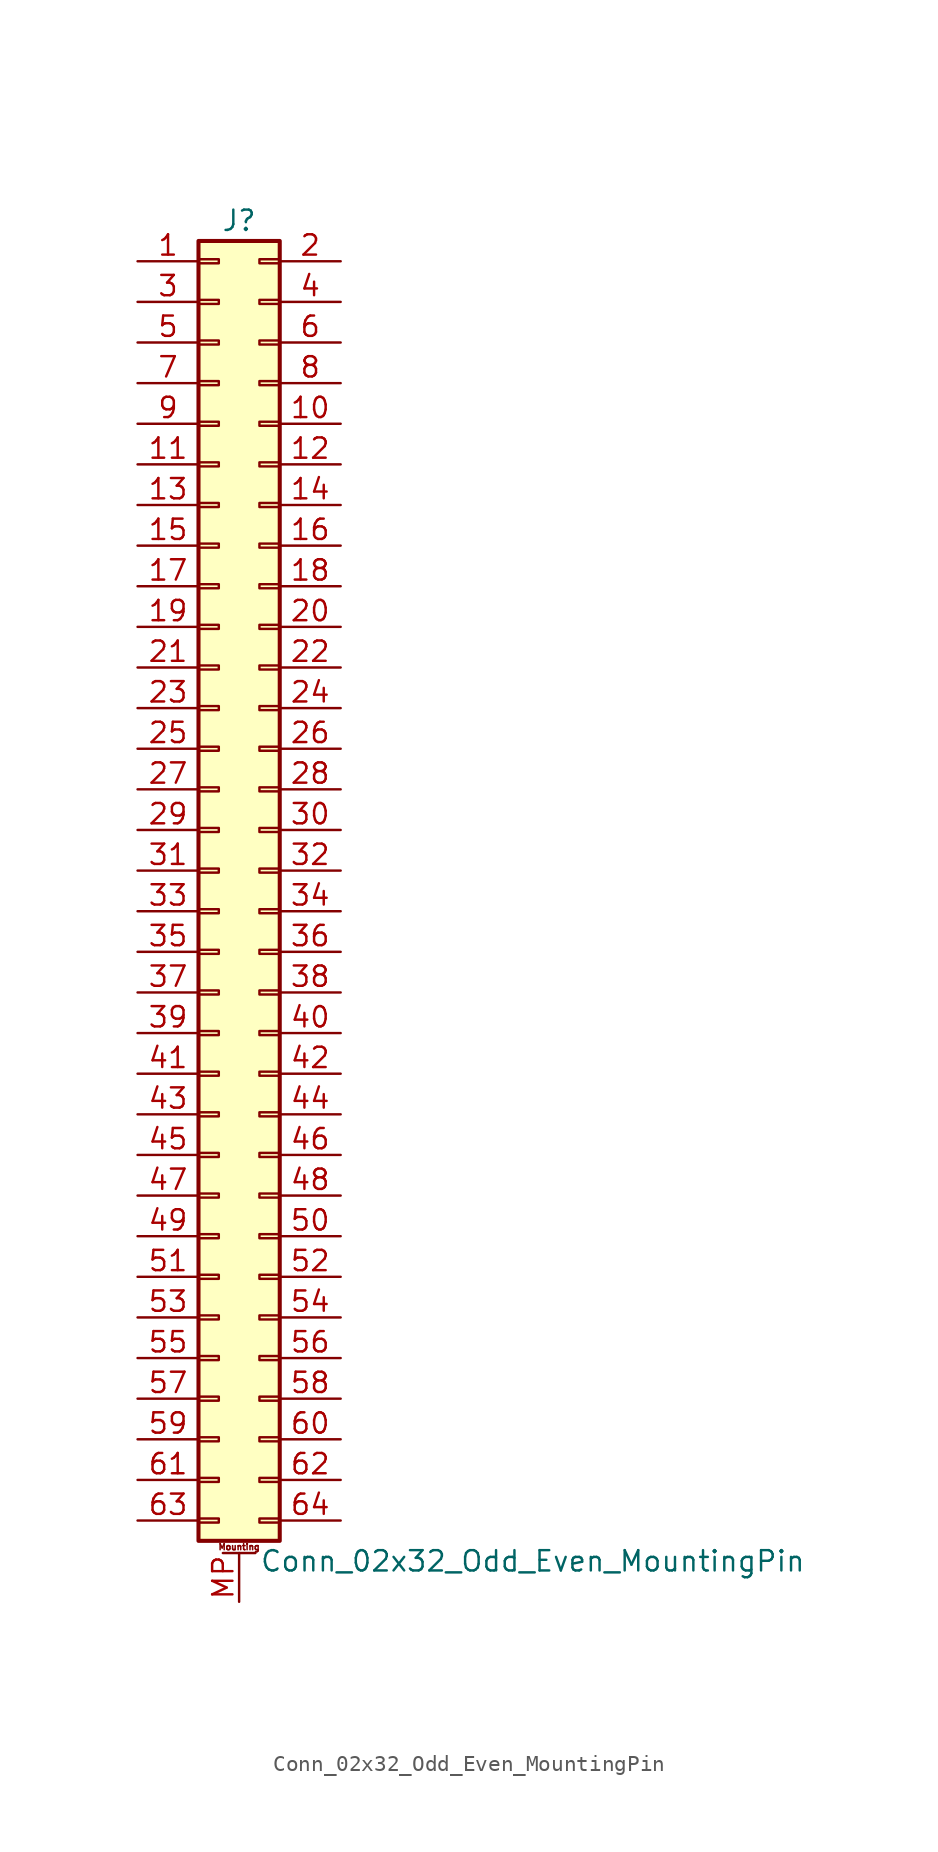
<source format=kicad_sym>
(kicad_symbol_lib
  (version 20201005)
  (generator kicad_symbol_editor)
  (symbol "Conn_02x32_Odd_Even_MountingPin"
    (pin_names
      (offset 1.016) hide)
    (property "Reference" "J"
      (at 1.27 40.64 0)
      (effects (font (size 1.27 1.27))))
    (property "Value" "Conn_02x32_Odd_Even_MountingPin"
      (at 2.54 -43.18 0)
      (effects (font (size 1.27 1.27)) (justify left)))
    (symbol "Conn_02x32_Odd_Even_MountingPin_1_1"
      (text "Mounting" (at 1.27 -42.291 0) (effects (font (size 0.381 0.381))))
      (rectangle (start -1.27 -40.513) (end 0 -40.767) (stroke (width 0.152)) (fill (type none)))
      (rectangle (start -1.27 -37.973) (end 0 -38.227) (stroke (width 0.152)) (fill (type none)))
      (rectangle (start -1.27 -35.433) (end 0 -35.687) (stroke (width 0.152)) (fill (type none)))
      (rectangle (start -1.27 -32.893) (end 0 -33.147) (stroke (width 0.152)) (fill (type none)))
      (rectangle (start -1.27 -30.353) (end 0 -30.607) (stroke (width 0.152)) (fill (type none)))
      (rectangle (start -1.27 -27.813) (end 0 -28.067) (stroke (width 0.152)) (fill (type none)))
      (rectangle (start -1.27 -25.273) (end 0 -25.527) (stroke (width 0.152)) (fill (type none)))
      (rectangle (start -1.27 -22.733) (end 0 -22.987) (stroke (width 0.152)) (fill (type none)))
      (rectangle (start -1.27 -20.193) (end 0 -20.447) (stroke (width 0.152)) (fill (type none)))
      (rectangle (start -1.27 -17.653) (end 0 -17.907) (stroke (width 0.152)) (fill (type none)))
      (rectangle (start -1.27 -15.113) (end 0 -15.367) (stroke (width 0.152)) (fill (type none)))
      (rectangle (start -1.27 -12.573) (end 0 -12.827) (stroke (width 0.152)) (fill (type none)))
      (rectangle (start -1.27 -10.033) (end 0 -10.287) (stroke (width 0.152)) (fill (type none)))
      (rectangle (start -1.27 -7.493) (end 0 -7.747) (stroke (width 0.152)) (fill (type none)))
      (rectangle (start -1.27 -4.953) (end 0 -5.207) (stroke (width 0.152)) (fill (type none)))
      (rectangle (start -1.27 -2.413) (end 0 -2.667) (stroke (width 0.152)) (fill (type none)))
      (rectangle (start -1.27 0.127) (end 0 -0.127) (stroke (width 0.152)) (fill (type none)))
      (rectangle (start -1.27 2.667) (end 0 2.413) (stroke (width 0.152)) (fill (type none)))
      (rectangle (start -1.27 5.207) (end 0 4.953) (stroke (width 0.152)) (fill (type none)))
      (rectangle (start -1.27 7.747) (end 0 7.493) (stroke (width 0.152)) (fill (type none)))
      (rectangle (start -1.27 10.287) (end 0 10.033) (stroke (width 0.152)) (fill (type none)))
      (rectangle (start -1.27 12.827) (end 0 12.573) (stroke (width 0.152)) (fill (type none)))
      (rectangle (start -1.27 15.367) (end 0 15.113) (stroke (width 0.152)) (fill (type none)))
      (rectangle (start -1.27 17.907) (end 0 17.653) (stroke (width 0.152)) (fill (type none)))
      (rectangle (start -1.27 20.447) (end 0 20.193) (stroke (width 0.152)) (fill (type none)))
      (rectangle (start -1.27 22.987) (end 0 22.733) (stroke (width 0.152)) (fill (type none)))
      (rectangle (start -1.27 25.527) (end 0 25.273) (stroke (width 0.152)) (fill (type none)))
      (rectangle (start -1.27 28.067) (end 0 27.813) (stroke (width 0.152)) (fill (type none)))
      (rectangle (start -1.27 30.607) (end 0 30.353) (stroke (width 0.152)) (fill (type none)))
      (rectangle (start -1.27 33.147) (end 0 32.893) (stroke (width 0.152)) (fill (type none)))
      (rectangle (start -1.27 35.687) (end 0 35.433) (stroke (width 0.152)) (fill (type none)))
      (rectangle (start -1.27 38.227) (end 0 37.973) (stroke (width 0.152)) (fill (type none)))
      (rectangle (start -1.27 39.37) (end 3.81 -41.91) (stroke (width 0.254)) (fill (type background)))
      (rectangle (start 3.81 -40.513) (end 2.54 -40.767) (stroke (width 0.152)) (fill (type none)))
      (rectangle (start 3.81 -37.973) (end 2.54 -38.227) (stroke (width 0.152)) (fill (type none)))
      (rectangle (start 3.81 -35.433) (end 2.54 -35.687) (stroke (width 0.152)) (fill (type none)))
      (rectangle (start 3.81 -32.893) (end 2.54 -33.147) (stroke (width 0.152)) (fill (type none)))
      (rectangle (start 3.81 -30.353) (end 2.54 -30.607) (stroke (width 0.152)) (fill (type none)))
      (rectangle (start 3.81 -27.813) (end 2.54 -28.067) (stroke (width 0.152)) (fill (type none)))
      (rectangle (start 3.81 -25.273) (end 2.54 -25.527) (stroke (width 0.152)) (fill (type none)))
      (rectangle (start 3.81 -22.733) (end 2.54 -22.987) (stroke (width 0.152)) (fill (type none)))
      (rectangle (start 3.81 -20.193) (end 2.54 -20.447) (stroke (width 0.152)) (fill (type none)))
      (rectangle (start 3.81 -17.653) (end 2.54 -17.907) (stroke (width 0.152)) (fill (type none)))
      (rectangle (start 3.81 -15.113) (end 2.54 -15.367) (stroke (width 0.152)) (fill (type none)))
      (rectangle (start 3.81 -12.573) (end 2.54 -12.827) (stroke (width 0.152)) (fill (type none)))
      (rectangle (start 3.81 -10.033) (end 2.54 -10.287) (stroke (width 0.152)) (fill (type none)))
      (rectangle (start 3.81 -7.493) (end 2.54 -7.747) (stroke (width 0.152)) (fill (type none)))
      (rectangle (start 3.81 -4.953) (end 2.54 -5.207) (stroke (width 0.152)) (fill (type none)))
      (rectangle (start 3.81 -2.413) (end 2.54 -2.667) (stroke (width 0.152)) (fill (type none)))
      (rectangle (start 3.81 0.127) (end 2.54 -0.127) (stroke (width 0.152)) (fill (type none)))
      (rectangle (start 3.81 2.667) (end 2.54 2.413) (stroke (width 0.152)) (fill (type none)))
      (rectangle (start 3.81 5.207) (end 2.54 4.953) (stroke (width 0.152)) (fill (type none)))
      (rectangle (start 3.81 7.747) (end 2.54 7.493) (stroke (width 0.152)) (fill (type none)))
      (rectangle (start 3.81 10.287) (end 2.54 10.033) (stroke (width 0.152)) (fill (type none)))
      (rectangle (start 3.81 12.827) (end 2.54 12.573) (stroke (width 0.152)) (fill (type none)))
      (rectangle (start 3.81 15.367) (end 2.54 15.113) (stroke (width 0.152)) (fill (type none)))
      (rectangle (start 3.81 17.907) (end 2.54 17.653) (stroke (width 0.152)) (fill (type none)))
      (rectangle (start 3.81 20.447) (end 2.54 20.193) (stroke (width 0.152)) (fill (type none)))
      (rectangle (start 3.81 22.987) (end 2.54 22.733) (stroke (width 0.152)) (fill (type none)))
      (rectangle (start 3.81 25.527) (end 2.54 25.273) (stroke (width 0.152)) (fill (type none)))
      (rectangle (start 3.81 28.067) (end 2.54 27.813) (stroke (width 0.152)) (fill (type none)))
      (rectangle (start 3.81 30.607) (end 2.54 30.353) (stroke (width 0.152)) (fill (type none)))
      (rectangle (start 3.81 33.147) (end 2.54 32.893) (stroke (width 0.152)) (fill (type none)))
      (rectangle (start 3.81 35.687) (end 2.54 35.433) (stroke (width 0.152)) (fill (type none)))
      (rectangle (start 3.81 38.227) (end 2.54 37.973) (stroke (width 0.152)) (fill (type none)))
      (polyline (pts (xy 0.254 -42.672) (xy 2.286 -42.672)) (stroke (width 0.152)) (fill (type none)))
      (pin passive line (at -5.08 38.1 0) (length 3.81) (name "Pin_1" (effects (font (size 1.27 1.27)))) (number "1" (effects (font (size 1.27 1.27)))))
      (pin passive line (at 7.62 27.94 180) (length 3.81) (name "Pin_10" (effects (font (size 1.27 1.27)))) (number "10" (effects (font (size 1.27 1.27)))))
      (pin passive line (at -5.08 25.4 0) (length 3.81) (name "Pin_11" (effects (font (size 1.27 1.27)))) (number "11" (effects (font (size 1.27 1.27)))))
      (pin passive line (at 7.62 25.4 180) (length 3.81) (name "Pin_12" (effects (font (size 1.27 1.27)))) (number "12" (effects (font (size 1.27 1.27)))))
      (pin passive line (at -5.08 22.86 0) (length 3.81) (name "Pin_13" (effects (font (size 1.27 1.27)))) (number "13" (effects (font (size 1.27 1.27)))))
      (pin passive line (at 7.62 22.86 180) (length 3.81) (name "Pin_14" (effects (font (size 1.27 1.27)))) (number "14" (effects (font (size 1.27 1.27)))))
      (pin passive line (at -5.08 20.32 0) (length 3.81) (name "Pin_15" (effects (font (size 1.27 1.27)))) (number "15" (effects (font (size 1.27 1.27)))))
      (pin passive line (at 7.62 20.32 180) (length 3.81) (name "Pin_16" (effects (font (size 1.27 1.27)))) (number "16" (effects (font (size 1.27 1.27)))))
      (pin passive line (at -5.08 17.78 0) (length 3.81) (name "Pin_17" (effects (font (size 1.27 1.27)))) (number "17" (effects (font (size 1.27 1.27)))))
      (pin passive line (at 7.62 17.78 180) (length 3.81) (name "Pin_18" (effects (font (size 1.27 1.27)))) (number "18" (effects (font (size 1.27 1.27)))))
      (pin passive line (at -5.08 15.24 0) (length 3.81) (name "Pin_19" (effects (font (size 1.27 1.27)))) (number "19" (effects (font (size 1.27 1.27)))))
      (pin passive line (at 7.62 38.1 180) (length 3.81) (name "Pin_2" (effects (font (size 1.27 1.27)))) (number "2" (effects (font (size 1.27 1.27)))))
      (pin passive line (at 7.62 15.24 180) (length 3.81) (name "Pin_20" (effects (font (size 1.27 1.27)))) (number "20" (effects (font (size 1.27 1.27)))))
      (pin passive line (at -5.08 12.7 0) (length 3.81) (name "Pin_21" (effects (font (size 1.27 1.27)))) (number "21" (effects (font (size 1.27 1.27)))))
      (pin passive line (at 7.62 12.7 180) (length 3.81) (name "Pin_22" (effects (font (size 1.27 1.27)))) (number "22" (effects (font (size 1.27 1.27)))))
      (pin passive line (at -5.08 10.16 0) (length 3.81) (name "Pin_23" (effects (font (size 1.27 1.27)))) (number "23" (effects (font (size 1.27 1.27)))))
      (pin passive line (at 7.62 10.16 180) (length 3.81) (name "Pin_24" (effects (font (size 1.27 1.27)))) (number "24" (effects (font (size 1.27 1.27)))))
      (pin passive line (at -5.08 7.62 0) (length 3.81) (name "Pin_25" (effects (font (size 1.27 1.27)))) (number "25" (effects (font (size 1.27 1.27)))))
      (pin passive line (at 7.62 7.62 180) (length 3.81) (name "Pin_26" (effects (font (size 1.27 1.27)))) (number "26" (effects (font (size 1.27 1.27)))))
      (pin passive line (at -5.08 5.08 0) (length 3.81) (name "Pin_27" (effects (font (size 1.27 1.27)))) (number "27" (effects (font (size 1.27 1.27)))))
      (pin passive line (at 7.62 5.08 180) (length 3.81) (name "Pin_28" (effects (font (size 1.27 1.27)))) (number "28" (effects (font (size 1.27 1.27)))))
      (pin passive line (at -5.08 2.54 0) (length 3.81) (name "Pin_29" (effects (font (size 1.27 1.27)))) (number "29" (effects (font (size 1.27 1.27)))))
      (pin passive line (at -5.08 35.56 0) (length 3.81) (name "Pin_3" (effects (font (size 1.27 1.27)))) (number "3" (effects (font (size 1.27 1.27)))))
      (pin passive line (at 7.62 2.54 180) (length 3.81) (name "Pin_30" (effects (font (size 1.27 1.27)))) (number "30" (effects (font (size 1.27 1.27)))))
      (pin passive line (at -5.08 0 0) (length 3.81) (name "Pin_31" (effects (font (size 1.27 1.27)))) (number "31" (effects (font (size 1.27 1.27)))))
      (pin passive line (at 7.62 0 180) (length 3.81) (name "Pin_32" (effects (font (size 1.27 1.27)))) (number "32" (effects (font (size 1.27 1.27)))))
      (pin passive line (at -5.08 -2.54 0) (length 3.81) (name "Pin_33" (effects (font (size 1.27 1.27)))) (number "33" (effects (font (size 1.27 1.27)))))
      (pin passive line (at 7.62 -2.54 180) (length 3.81) (name "Pin_34" (effects (font (size 1.27 1.27)))) (number "34" (effects (font (size 1.27 1.27)))))
      (pin passive line (at -5.08 -5.08 0) (length 3.81) (name "Pin_35" (effects (font (size 1.27 1.27)))) (number "35" (effects (font (size 1.27 1.27)))))
      (pin passive line (at 7.62 -5.08 180) (length 3.81) (name "Pin_36" (effects (font (size 1.27 1.27)))) (number "36" (effects (font (size 1.27 1.27)))))
      (pin passive line (at -5.08 -7.62 0) (length 3.81) (name "Pin_37" (effects (font (size 1.27 1.27)))) (number "37" (effects (font (size 1.27 1.27)))))
      (pin passive line (at 7.62 -7.62 180) (length 3.81) (name "Pin_38" (effects (font (size 1.27 1.27)))) (number "38" (effects (font (size 1.27 1.27)))))
      (pin passive line (at -5.08 -10.16 0) (length 3.81) (name "Pin_39" (effects (font (size 1.27 1.27)))) (number "39" (effects (font (size 1.27 1.27)))))
      (pin passive line (at 7.62 35.56 180) (length 3.81) (name "Pin_4" (effects (font (size 1.27 1.27)))) (number "4" (effects (font (size 1.27 1.27)))))
      (pin passive line (at 7.62 -10.16 180) (length 3.81) (name "Pin_40" (effects (font (size 1.27 1.27)))) (number "40" (effects (font (size 1.27 1.27)))))
      (pin passive line (at -5.08 -12.7 0) (length 3.81) (name "Pin_41" (effects (font (size 1.27 1.27)))) (number "41" (effects (font (size 1.27 1.27)))))
      (pin passive line (at 7.62 -12.7 180) (length 3.81) (name "Pin_42" (effects (font (size 1.27 1.27)))) (number "42" (effects (font (size 1.27 1.27)))))
      (pin passive line (at -5.08 -15.24 0) (length 3.81) (name "Pin_43" (effects (font (size 1.27 1.27)))) (number "43" (effects (font (size 1.27 1.27)))))
      (pin passive line (at 7.62 -15.24 180) (length 3.81) (name "Pin_44" (effects (font (size 1.27 1.27)))) (number "44" (effects (font (size 1.27 1.27)))))
      (pin passive line (at -5.08 -17.78 0) (length 3.81) (name "Pin_45" (effects (font (size 1.27 1.27)))) (number "45" (effects (font (size 1.27 1.27)))))
      (pin passive line (at 7.62 -17.78 180) (length 3.81) (name "Pin_46" (effects (font (size 1.27 1.27)))) (number "46" (effects (font (size 1.27 1.27)))))
      (pin passive line (at -5.08 -20.32 0) (length 3.81) (name "Pin_47" (effects (font (size 1.27 1.27)))) (number "47" (effects (font (size 1.27 1.27)))))
      (pin passive line (at 7.62 -20.32 180) (length 3.81) (name "Pin_48" (effects (font (size 1.27 1.27)))) (number "48" (effects (font (size 1.27 1.27)))))
      (pin passive line (at -5.08 -22.86 0) (length 3.81) (name "Pin_49" (effects (font (size 1.27 1.27)))) (number "49" (effects (font (size 1.27 1.27)))))
      (pin passive line (at -5.08 33.02 0) (length 3.81) (name "Pin_5" (effects (font (size 1.27 1.27)))) (number "5" (effects (font (size 1.27 1.27)))))
      (pin passive line (at 7.62 -22.86 180) (length 3.81) (name "Pin_50" (effects (font (size 1.27 1.27)))) (number "50" (effects (font (size 1.27 1.27)))))
      (pin passive line (at -5.08 -25.4 0) (length 3.81) (name "Pin_51" (effects (font (size 1.27 1.27)))) (number "51" (effects (font (size 1.27 1.27)))))
      (pin passive line (at 7.62 -25.4 180) (length 3.81) (name "Pin_52" (effects (font (size 1.27 1.27)))) (number "52" (effects (font (size 1.27 1.27)))))
      (pin passive line (at -5.08 -27.94 0) (length 3.81) (name "Pin_53" (effects (font (size 1.27 1.27)))) (number "53" (effects (font (size 1.27 1.27)))))
      (pin passive line (at 7.62 -27.94 180) (length 3.81) (name "Pin_54" (effects (font (size 1.27 1.27)))) (number "54" (effects (font (size 1.27 1.27)))))
      (pin passive line (at -5.08 -30.48 0) (length 3.81) (name "Pin_55" (effects (font (size 1.27 1.27)))) (number "55" (effects (font (size 1.27 1.27)))))
      (pin passive line (at 7.62 -30.48 180) (length 3.81) (name "Pin_56" (effects (font (size 1.27 1.27)))) (number "56" (effects (font (size 1.27 1.27)))))
      (pin passive line (at -5.08 -33.02 0) (length 3.81) (name "Pin_57" (effects (font (size 1.27 1.27)))) (number "57" (effects (font (size 1.27 1.27)))))
      (pin passive line (at 7.62 -33.02 180) (length 3.81) (name "Pin_58" (effects (font (size 1.27 1.27)))) (number "58" (effects (font (size 1.27 1.27)))))
      (pin passive line (at -5.08 -35.56 0) (length 3.81) (name "Pin_59" (effects (font (size 1.27 1.27)))) (number "59" (effects (font (size 1.27 1.27)))))
      (pin passive line (at 7.62 33.02 180) (length 3.81) (name "Pin_6" (effects (font (size 1.27 1.27)))) (number "6" (effects (font (size 1.27 1.27)))))
      (pin passive line (at 7.62 -35.56 180) (length 3.81) (name "Pin_60" (effects (font (size 1.27 1.27)))) (number "60" (effects (font (size 1.27 1.27)))))
      (pin passive line (at -5.08 -38.1 0) (length 3.81) (name "Pin_61" (effects (font (size 1.27 1.27)))) (number "61" (effects (font (size 1.27 1.27)))))
      (pin passive line (at 7.62 -38.1 180) (length 3.81) (name "Pin_62" (effects (font (size 1.27 1.27)))) (number "62" (effects (font (size 1.27 1.27)))))
      (pin passive line (at -5.08 -40.64 0) (length 3.81) (name "Pin_63" (effects (font (size 1.27 1.27)))) (number "63" (effects (font (size 1.27 1.27)))))
      (pin passive line (at 7.62 -40.64 180) (length 3.81) (name "Pin_64" (effects (font (size 1.27 1.27)))) (number "64" (effects (font (size 1.27 1.27)))))
      (pin passive line (at -5.08 30.48 0) (length 3.81) (name "Pin_7" (effects (font (size 1.27 1.27)))) (number "7" (effects (font (size 1.27 1.27)))))
      (pin passive line (at 7.62 30.48 180) (length 3.81) (name "Pin_8" (effects (font (size 1.27 1.27)))) (number "8" (effects (font (size 1.27 1.27)))))
      (pin passive line (at -5.08 27.94 0) (length 3.81) (name "Pin_9" (effects (font (size 1.27 1.27)))) (number "9" (effects (font (size 1.27 1.27)))))
      (pin passive line (at 1.27 -45.72 90) (length 3.048) (name "MountPin" (effects (font (size 1.27 1.27)))) (number "MP" (effects (font (size 1.27 1.27))))))))
</source>
